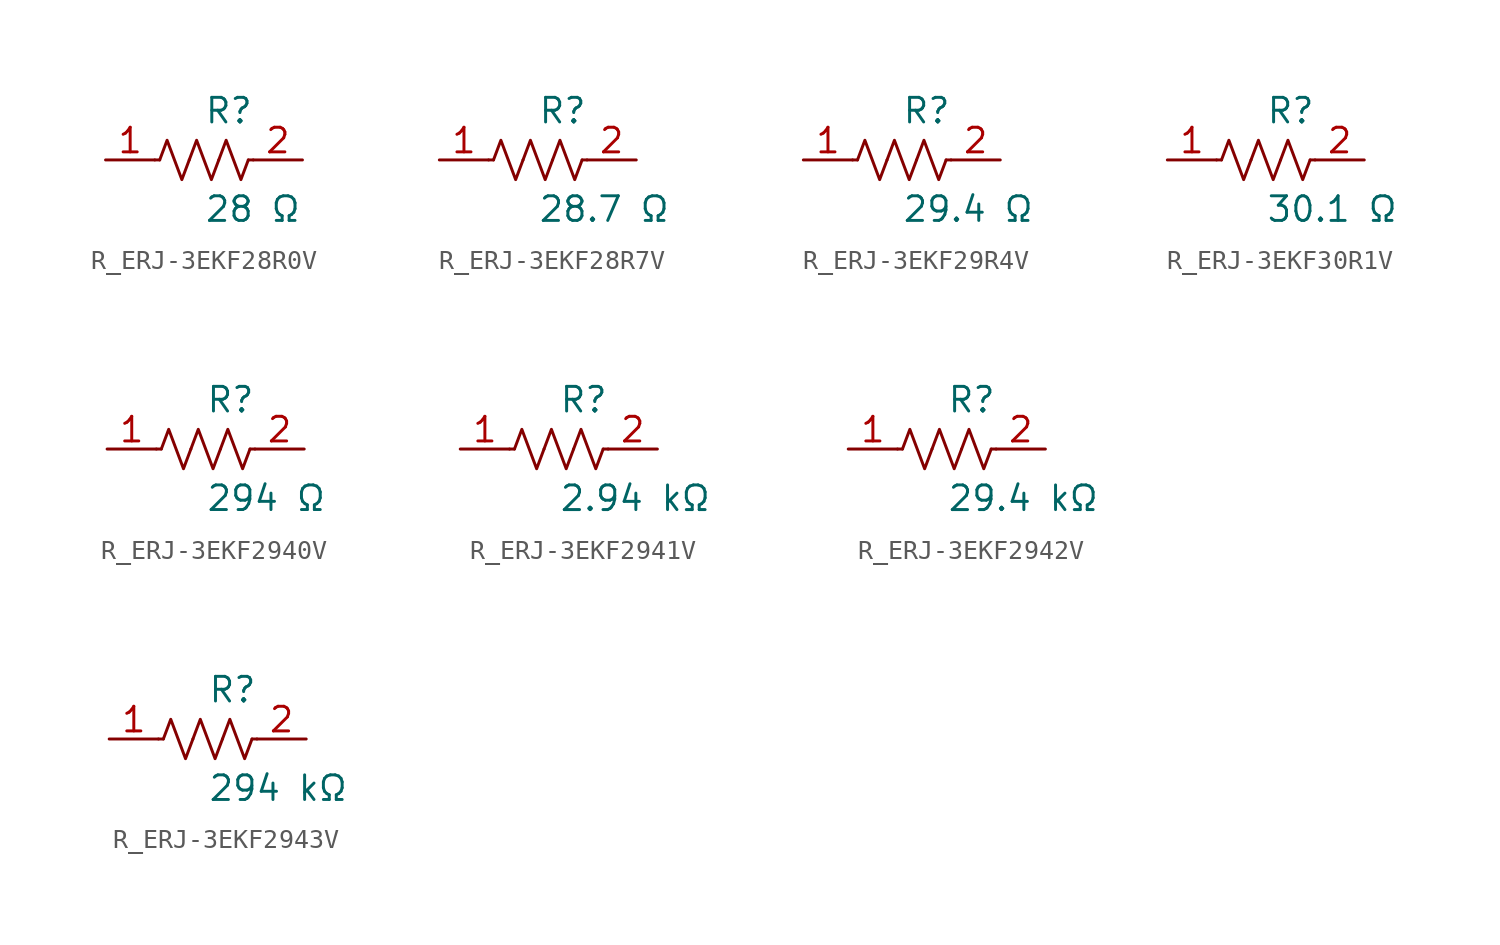
<source format=kicad_sym>
(kicad_symbol_lib
  (version 20231120)
  (generator "kicad_symbol_editor")
  (generator_version "8.0")
  (symbol "R_ERJ-3EKF28R0V"
    (pin_names
      (offset 0.254))
    (property "Reference" "R"
      (at 0 2.54 0)
      (effects (font (size 1.27 1.27)) (justify left)))
    (property "Value" "28 Ω"
      (at 0 -2.54 0)
      (effects (font (size 1.27 1.27)) (justify left)))
    (symbol "R_ERJ-3EKF28R0V_0_1"
      (polyline (pts (xy 2.286 0) (xy 2.54 0)) (stroke (width 0) (type default)) (fill (type none)))
      (polyline (pts (xy -2.286 0) (xy -2.54 0)) (stroke (width 0) (type default)) (fill (type none)))
      (polyline (pts (xy 0.762 0) (xy 1.143 1.016) (xy 1.524 0) (xy 1.905 -1.016) (xy 2.286 0)) (stroke (width 0) (type default)) (fill (type none)))
      (polyline (pts (xy -0.762 0) (xy -0.381 1.016) (xy 0 0) (xy 0.381 -1.016) (xy 0.762 0)) (stroke (width 0) (type default)) (fill (type none)))
      (polyline (pts (xy -2.286 0) (xy -1.905 1.016) (xy -1.524 0) (xy -1.143 -1.016) (xy -0.762 0)) (stroke (width 0) (type default)) (fill (type none))))
    (pin unspecified line
      (at -5.08 0 0)
      (length 2.54)
      (name "" (effects (font (size 1.27 1.27))))
      (number "1" (effects (font (size 1.27 1.27)))))
    (pin unspecified line
      (at 5.08 0 180)
      (length 2.54)
      (name "" (effects (font (size 1.27 1.27))))
      (number "2" (effects (font (size 1.27 1.27))))))
  (symbol "R_ERJ-3EKF28R7V"
    (pin_names
      (offset 0.254))
    (property "Reference" "R"
      (at 0 2.54 0)
      (effects (font (size 1.27 1.27)) (justify left)))
    (property "Value" "28.7 Ω"
      (at 0 -2.54 0)
      (effects (font (size 1.27 1.27)) (justify left)))
    (symbol "R_ERJ-3EKF28R7V_0_1"
      (polyline (pts (xy 2.286 0) (xy 2.54 0)) (stroke (width 0) (type default)) (fill (type none)))
      (polyline (pts (xy -2.286 0) (xy -2.54 0)) (stroke (width 0) (type default)) (fill (type none)))
      (polyline (pts (xy 0.762 0) (xy 1.143 1.016) (xy 1.524 0) (xy 1.905 -1.016) (xy 2.286 0)) (stroke (width 0) (type default)) (fill (type none)))
      (polyline (pts (xy -0.762 0) (xy -0.381 1.016) (xy 0 0) (xy 0.381 -1.016) (xy 0.762 0)) (stroke (width 0) (type default)) (fill (type none)))
      (polyline (pts (xy -2.286 0) (xy -1.905 1.016) (xy -1.524 0) (xy -1.143 -1.016) (xy -0.762 0)) (stroke (width 0) (type default)) (fill (type none))))
    (pin unspecified line
      (at -5.08 0 0)
      (length 2.54)
      (name "" (effects (font (size 1.27 1.27))))
      (number "1" (effects (font (size 1.27 1.27)))))
    (pin unspecified line
      (at 5.08 0 180)
      (length 2.54)
      (name "" (effects (font (size 1.27 1.27))))
      (number "2" (effects (font (size 1.27 1.27))))))
  (symbol "R_ERJ-3EKF29R4V"
    (pin_names
      (offset 0.254))
    (property "Reference" "R"
      (at 0 2.54 0)
      (effects (font (size 1.27 1.27)) (justify left)))
    (property "Value" "29.4 Ω"
      (at 0 -2.54 0)
      (effects (font (size 1.27 1.27)) (justify left)))
    (symbol "R_ERJ-3EKF29R4V_0_1"
      (polyline (pts (xy 2.286 0) (xy 2.54 0)) (stroke (width 0) (type default)) (fill (type none)))
      (polyline (pts (xy -2.286 0) (xy -2.54 0)) (stroke (width 0) (type default)) (fill (type none)))
      (polyline (pts (xy 0.762 0) (xy 1.143 1.016) (xy 1.524 0) (xy 1.905 -1.016) (xy 2.286 0)) (stroke (width 0) (type default)) (fill (type none)))
      (polyline (pts (xy -0.762 0) (xy -0.381 1.016) (xy 0 0) (xy 0.381 -1.016) (xy 0.762 0)) (stroke (width 0) (type default)) (fill (type none)))
      (polyline (pts (xy -2.286 0) (xy -1.905 1.016) (xy -1.524 0) (xy -1.143 -1.016) (xy -0.762 0)) (stroke (width 0) (type default)) (fill (type none))))
    (pin unspecified line
      (at -5.08 0 0)
      (length 2.54)
      (name "" (effects (font (size 1.27 1.27))))
      (number "1" (effects (font (size 1.27 1.27)))))
    (pin unspecified line
      (at 5.08 0 180)
      (length 2.54)
      (name "" (effects (font (size 1.27 1.27))))
      (number "2" (effects (font (size 1.27 1.27))))))
  (symbol "R_ERJ-3EKF30R1V"
    (pin_names
      (offset 0.254))
    (property "Reference" "R"
      (at 0 2.54 0)
      (effects (font (size 1.27 1.27)) (justify left)))
    (property "Value" "30.1 Ω"
      (at 0 -2.54 0)
      (effects (font (size 1.27 1.27)) (justify left)))
    (symbol "R_ERJ-3EKF30R1V_0_1"
      (polyline (pts (xy 2.286 0) (xy 2.54 0)) (stroke (width 0) (type default)) (fill (type none)))
      (polyline (pts (xy -2.286 0) (xy -2.54 0)) (stroke (width 0) (type default)) (fill (type none)))
      (polyline (pts (xy 0.762 0) (xy 1.143 1.016) (xy 1.524 0) (xy 1.905 -1.016) (xy 2.286 0)) (stroke (width 0) (type default)) (fill (type none)))
      (polyline (pts (xy -0.762 0) (xy -0.381 1.016) (xy 0 0) (xy 0.381 -1.016) (xy 0.762 0)) (stroke (width 0) (type default)) (fill (type none)))
      (polyline (pts (xy -2.286 0) (xy -1.905 1.016) (xy -1.524 0) (xy -1.143 -1.016) (xy -0.762 0)) (stroke (width 0) (type default)) (fill (type none))))
    (pin unspecified line
      (at -5.08 0 0)
      (length 2.54)
      (name "" (effects (font (size 1.27 1.27))))
      (number "1" (effects (font (size 1.27 1.27)))))
    (pin unspecified line
      (at 5.08 0 180)
      (length 2.54)
      (name "" (effects (font (size 1.27 1.27))))
      (number "2" (effects (font (size 1.27 1.27))))))
  (symbol "R_ERJ-3EKF2940V"
    (pin_names
      (offset 0.254))
    (property "Reference" "R"
      (at 0 2.54 0)
      (effects (font (size 1.27 1.27)) (justify left)))
    (property "Value" "294 Ω"
      (at 0 -2.54 0)
      (effects (font (size 1.27 1.27)) (justify left)))
    (symbol "R_ERJ-3EKF2940V_0_1"
      (polyline (pts (xy 2.286 0) (xy 2.54 0)) (stroke (width 0) (type default)) (fill (type none)))
      (polyline (pts (xy -2.286 0) (xy -2.54 0)) (stroke (width 0) (type default)) (fill (type none)))
      (polyline (pts (xy 0.762 0) (xy 1.143 1.016) (xy 1.524 0) (xy 1.905 -1.016) (xy 2.286 0)) (stroke (width 0) (type default)) (fill (type none)))
      (polyline (pts (xy -0.762 0) (xy -0.381 1.016) (xy 0 0) (xy 0.381 -1.016) (xy 0.762 0)) (stroke (width 0) (type default)) (fill (type none)))
      (polyline (pts (xy -2.286 0) (xy -1.905 1.016) (xy -1.524 0) (xy -1.143 -1.016) (xy -0.762 0)) (stroke (width 0) (type default)) (fill (type none))))
    (pin unspecified line
      (at -5.08 0 0)
      (length 2.54)
      (name "" (effects (font (size 1.27 1.27))))
      (number "1" (effects (font (size 1.27 1.27)))))
    (pin unspecified line
      (at 5.08 0 180)
      (length 2.54)
      (name "" (effects (font (size 1.27 1.27))))
      (number "2" (effects (font (size 1.27 1.27))))))
  (symbol "R_ERJ-3EKF2941V"
    (pin_names
      (offset 0.254))
    (property "Reference" "R"
      (at 0 2.54 0)
      (effects (font (size 1.27 1.27)) (justify left)))
    (property "Value" "2.94 kΩ"
      (at 0 -2.54 0)
      (effects (font (size 1.27 1.27)) (justify left)))
    (symbol "R_ERJ-3EKF2941V_0_1"
      (polyline (pts (xy 2.286 0) (xy 2.54 0)) (stroke (width 0) (type default)) (fill (type none)))
      (polyline (pts (xy -2.286 0) (xy -2.54 0)) (stroke (width 0) (type default)) (fill (type none)))
      (polyline (pts (xy 0.762 0) (xy 1.143 1.016) (xy 1.524 0) (xy 1.905 -1.016) (xy 2.286 0)) (stroke (width 0) (type default)) (fill (type none)))
      (polyline (pts (xy -0.762 0) (xy -0.381 1.016) (xy 0 0) (xy 0.381 -1.016) (xy 0.762 0)) (stroke (width 0) (type default)) (fill (type none)))
      (polyline (pts (xy -2.286 0) (xy -1.905 1.016) (xy -1.524 0) (xy -1.143 -1.016) (xy -0.762 0)) (stroke (width 0) (type default)) (fill (type none))))
    (pin unspecified line
      (at -5.08 0 0)
      (length 2.54)
      (name "" (effects (font (size 1.27 1.27))))
      (number "1" (effects (font (size 1.27 1.27)))))
    (pin unspecified line
      (at 5.08 0 180)
      (length 2.54)
      (name "" (effects (font (size 1.27 1.27))))
      (number "2" (effects (font (size 1.27 1.27))))))
  (symbol "R_ERJ-3EKF2942V"
    (pin_names
      (offset 0.254))
    (property "Reference" "R"
      (at 0 2.54 0)
      (effects (font (size 1.27 1.27)) (justify left)))
    (property "Value" "29.4 kΩ"
      (at 0 -2.54 0)
      (effects (font (size 1.27 1.27)) (justify left)))
    (symbol "R_ERJ-3EKF2942V_0_1"
      (polyline (pts (xy 2.286 0) (xy 2.54 0)) (stroke (width 0) (type default)) (fill (type none)))
      (polyline (pts (xy -2.286 0) (xy -2.54 0)) (stroke (width 0) (type default)) (fill (type none)))
      (polyline (pts (xy 0.762 0) (xy 1.143 1.016) (xy 1.524 0) (xy 1.905 -1.016) (xy 2.286 0)) (stroke (width 0) (type default)) (fill (type none)))
      (polyline (pts (xy -0.762 0) (xy -0.381 1.016) (xy 0 0) (xy 0.381 -1.016) (xy 0.762 0)) (stroke (width 0) (type default)) (fill (type none)))
      (polyline (pts (xy -2.286 0) (xy -1.905 1.016) (xy -1.524 0) (xy -1.143 -1.016) (xy -0.762 0)) (stroke (width 0) (type default)) (fill (type none))))
    (pin unspecified line
      (at -5.08 0 0)
      (length 2.54)
      (name "" (effects (font (size 1.27 1.27))))
      (number "1" (effects (font (size 1.27 1.27)))))
    (pin unspecified line
      (at 5.08 0 180)
      (length 2.54)
      (name "" (effects (font (size 1.27 1.27))))
      (number "2" (effects (font (size 1.27 1.27))))))
  (symbol "R_ERJ-3EKF2943V"
    (pin_names
      (offset 0.254))
    (property "Reference" "R"
      (at 0 2.54 0)
      (effects (font (size 1.27 1.27)) (justify left)))
    (property "Value" "294 kΩ"
      (at 0 -2.54 0)
      (effects (font (size 1.27 1.27)) (justify left)))
    (symbol "R_ERJ-3EKF2943V_0_1"
      (polyline (pts (xy 2.286 0) (xy 2.54 0)) (stroke (width 0) (type default)) (fill (type none)))
      (polyline (pts (xy -2.286 0) (xy -2.54 0)) (stroke (width 0) (type default)) (fill (type none)))
      (polyline (pts (xy 0.762 0) (xy 1.143 1.016) (xy 1.524 0) (xy 1.905 -1.016) (xy 2.286 0)) (stroke (width 0) (type default)) (fill (type none)))
      (polyline (pts (xy -0.762 0) (xy -0.381 1.016) (xy 0 0) (xy 0.381 -1.016) (xy 0.762 0)) (stroke (width 0) (type default)) (fill (type none)))
      (polyline (pts (xy -2.286 0) (xy -1.905 1.016) (xy -1.524 0) (xy -1.143 -1.016) (xy -0.762 0)) (stroke (width 0) (type default)) (fill (type none))))
    (pin unspecified line
      (at -5.08 0 0)
      (length 2.54)
      (name "" (effects (font (size 1.27 1.27))))
      (number "1" (effects (font (size 1.27 1.27)))))
    (pin unspecified line
      (at 5.08 0 180)
      (length 2.54)
      (name "" (effects (font (size 1.27 1.27))))
      (number "2" (effects (font (size 1.27 1.27)))))))
</source>
